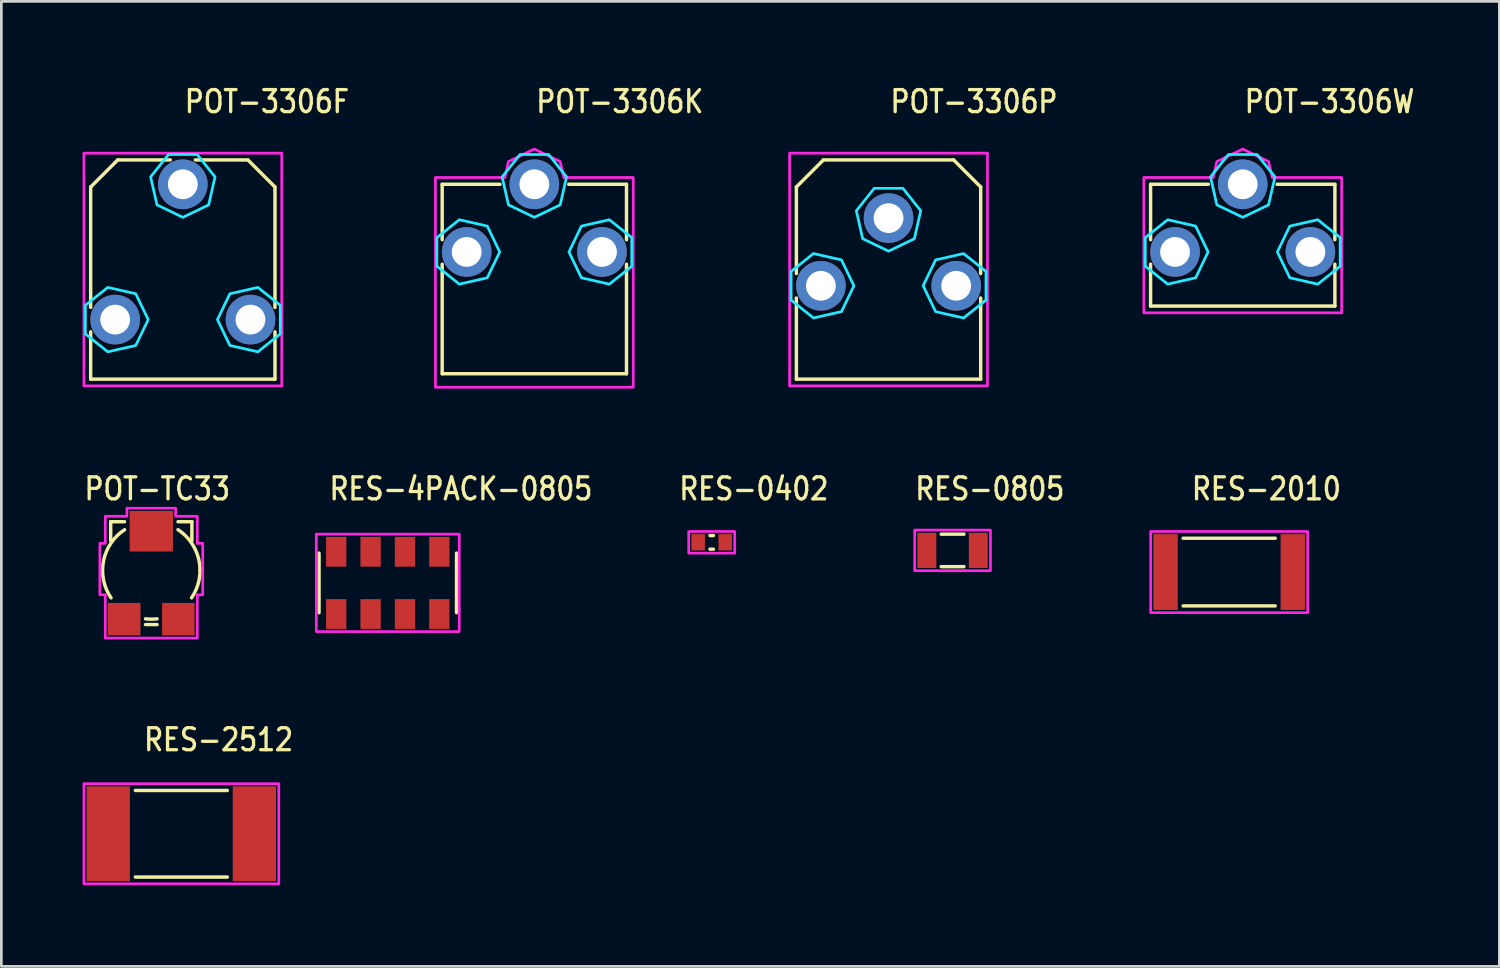
<source format=kicad_pcb>
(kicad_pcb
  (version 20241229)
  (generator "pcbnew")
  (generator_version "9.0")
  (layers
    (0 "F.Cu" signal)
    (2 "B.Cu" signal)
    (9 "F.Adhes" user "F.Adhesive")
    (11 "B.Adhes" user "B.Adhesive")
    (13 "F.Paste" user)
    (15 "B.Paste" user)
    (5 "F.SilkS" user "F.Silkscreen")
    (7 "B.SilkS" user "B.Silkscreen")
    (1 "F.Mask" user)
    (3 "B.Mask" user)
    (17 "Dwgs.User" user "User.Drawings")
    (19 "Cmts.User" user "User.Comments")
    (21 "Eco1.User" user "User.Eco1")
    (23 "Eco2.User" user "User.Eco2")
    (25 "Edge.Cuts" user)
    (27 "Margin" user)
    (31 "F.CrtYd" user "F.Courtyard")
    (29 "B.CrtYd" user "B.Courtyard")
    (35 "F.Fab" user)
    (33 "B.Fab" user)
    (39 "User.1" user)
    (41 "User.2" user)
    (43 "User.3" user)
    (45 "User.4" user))
  (footprint "RES-2512"
    (layer "F.Cu")
    (at 3.65 27.756)
    (property "Reference" "RES-2512" (at -1.45 -3 0) (unlocked yes) (layer "F.SilkS") (effects (font (size 0.813 0.695) (thickness 0.122)) (justify left bottom)))
    (fp_line (start -1.7 -1.6) (end 1.7 -1.6) (stroke (width 0.127) (type solid)) (layer "F.SilkS"))
    (fp_line (start -1.7 1.6) (end 1.7 1.6) (stroke (width 0.127) (type solid)) (layer "F.SilkS"))
    (fp_poly (pts (xy -3.6 -1.85) (xy 3.6 -1.85) (xy 3.6 1.85) (xy -3.6 1.85)) (stroke (width 0.1) (type solid)) (fill no) (layer "F.CrtYd"))
    (pad "P$1" smd rect (at -2.7 0) (size 1.6 3.5) (layers "F.Cu" "F.Mask" "F.Paste"))
    (pad "P$2" smd rect (at 2.7 0) (size 1.6 3.5) (layers "F.Cu" "F.Mask" "F.Paste")))
  (footprint "RES-4PACK-0805"
    (layer "F.Cu")
    (at 11.278 18.487)
    (property "Reference" "RES-4PACK-0805" (at -2.225 -3 0) (unlocked yes) (layer "F.SilkS") (effects (font (size 0.813 0.695) (thickness 0.122)) (justify left bottom)))
    (fp_line (start -2.54 -1.1) (end -2.54 1.1) (stroke (width 0.127) (type solid)) (layer "F.SilkS"))
    (fp_line (start 2.54 -1.1) (end 2.54 1.1) (stroke (width 0.127) (type solid)) (layer "F.SilkS"))
    (fp_poly (pts (xy 2.64 -1.8) (xy 2.64 1.8) (xy -2.64 1.8) (xy -2.64 -1.8)) (stroke (width 0.1) (type solid)) (fill no) (layer "F.CrtYd"))
    (pad "P$1" smd rect (at -1.905 -1.15) (size 0.75 1.1) (layers "F.Cu" "F.Mask" "F.Paste"))
    (pad "P$2" smd rect (at -1.905 1.15) (size 0.75 1.1) (layers "F.Cu" "F.Mask" "F.Paste"))
    (pad "P$3" smd rect (at -0.635 -1.15) (size 0.75 1.1) (layers "F.Cu" "F.Mask" "F.Paste"))
    (pad "P$4" smd rect (at -0.635 1.15) (size 0.75 1.1) (layers "F.Cu" "F.Mask" "F.Paste"))
    (pad "P$5" smd rect (at 0.635 -1.15) (size 0.75 1.1) (layers "F.Cu" "F.Mask" "F.Paste"))
    (pad "P$6" smd rect (at 0.635 1.15) (size 0.75 1.1) (layers "F.Cu" "F.Mask" "F.Paste"))
    (pad "P$7" smd rect (at 1.905 -1.15) (size 0.75 1.1) (layers "F.Cu" "F.Mask" "F.Paste"))
    (pad "P$8" smd rect (at 1.905 1.15) (size 0.75 1.1) (layers "F.Cu" "F.Mask" "F.Paste")))
  (footprint "RES-0402"
    (layer "F.Cu")
    (at 23.246 16.987)
    (property "Reference" "RES-0402" (at -1.27 -1.5 0) (unlocked yes) (layer "F.SilkS") (effects (font (size 0.813 0.695) (thickness 0.122)) (justify left bottom)))
    (fp_line (start -0.064 -0.25) (end 0.064 -0.25) (stroke (width 0.127) (type solid)) (layer "F.SilkS"))
    (fp_line (start -0.064 0.254) (end 0.064 0.254) (stroke (width 0.127) (type solid)) (layer "F.SilkS"))
    (fp_poly (pts (xy -0.85 0.4) (xy 0.85 0.4) (xy 0.85 -0.4) (xy -0.85 -0.4)) (stroke (width 0.1) (type solid)) (fill no) (layer "F.CrtYd"))
    (pad "P$1" smd rect (at -0.5 0) (size 0.5 0.6) (layers "F.Cu" "F.Mask" "F.Paste"))
    (pad "P$2" smd rect (at 0.5 0) (size 0.5 0.6) (layers "F.Cu" "F.Mask" "F.Paste")))
  (footprint "RES-0805"
    (layer "F.Cu")
    (at 32.146 17.287)
    (property "Reference" "RES-0805" (at -1.45 -1.8 0) (unlocked yes) (layer "F.SilkS") (effects (font (size 0.813 0.695) (thickness 0.122)) (justify left bottom)))
    (fp_line (start -0.42 -0.6) (end 0.42 -0.6) (stroke (width 0.127) (type solid)) (layer "F.SilkS"))
    (fp_line (start -0.42 0.6) (end 0.42 0.6) (stroke (width 0.127) (type solid)) (layer "F.SilkS"))
    (fp_poly (pts (xy -1.4 -0.75) (xy 1.4 -0.75) (xy 1.4 0.75) (xy -1.4 0.75)) (stroke (width 0.1) (type solid)) (fill no) (layer "F.CrtYd"))
    (pad "P$1" smd rect (at -0.95 0) (size 0.7 1.3) (layers "F.Cu" "F.Mask" "F.Paste"))
    (pad "P$2" smd rect (at 0.95 0) (size 0.7 1.3) (layers "F.Cu" "F.Mask" "F.Paste")))
  (footprint "POT-3306P"
    (layer "F.Cu")
    (at 29.78 6.259)
    (property "Reference" "POT-3306P" (at 0 -5.08 0) (unlocked yes) (layer "F.SilkS") (effects (font (size 0.813 0.695) (thickness 0.122)) (justify left bottom)))
    (fp_line (start -3.405 -2.4) (end -2.405 -3.4) (stroke (width 0.127) (type solid)) (layer "F.SilkS"))
    (fp_line (start -3.405 0.798) (end -3.405 -2.4) (stroke (width 0.127) (type solid)) (layer "F.SilkS"))
    (fp_line (start -3.405 4.7) (end -3.405 1.702) (stroke (width 0.127) (type solid)) (layer "F.SilkS"))
    (fp_line (start -2.405 -3.4) (end 2.405 -3.4) (stroke (width 0.127) (type solid)) (layer "F.SilkS"))
    (fp_line (start 2.405 -3.4) (end 3.405 -2.4) (stroke (width 0.127) (type solid)) (layer "F.SilkS"))
    (fp_line (start 3.405 -2.4) (end 3.405 0.798) (stroke (width 0.127) (type solid)) (layer "F.SilkS"))
    (fp_line (start 3.405 1.702) (end 3.405 4.7) (stroke (width 0.127) (type solid)) (layer "F.SilkS"))
    (fp_line (start 3.405 4.7) (end -3.405 4.7) (stroke (width 0.127) (type solid)) (layer "F.SilkS"))
    (fp_circle (center 0 0) (end 3.4 0) (stroke (width 0.001) (type solid)) (fill no) (layer "Dwgs.User"))
    (fp_poly (pts (xy -1.279 1.25) (xy -1.739 0.295) (xy -2.772 0.06) (xy -3.6 0.72) (xy -3.6 1.78) (xy -2.772 2.44) (xy -1.739 2.205)) (stroke (width 0.1) (type solid)) (fill no) (layer "B.CrtYd"))
    (fp_poly (pts (xy 0 -0.029) (xy 0.955 -0.489) (xy 1.19 -1.522) (xy 0.53 -2.35) (xy -0.53 -2.35) (xy -1.19 -1.522) (xy -0.955 -0.489)) (stroke (width 0.1) (type solid)) (fill no) (layer "B.CrtYd"))
    (fp_poly (pts (xy 1.279 1.25) (xy 1.739 2.205) (xy 2.772 2.44) (xy 3.6 1.78) (xy 3.6 0.72) (xy 2.772 0.06) (xy 1.739 0.295)) (stroke (width 0.1) (type solid)) (fill no) (layer "B.CrtYd"))
    (fp_poly (pts (xy -3.655 -3.65) (xy 3.655 -3.65) (xy 3.655 4.95) (xy -3.655 4.95)) (stroke (width 0.1) (type solid)) (fill no) (layer "F.CrtYd"))
    (pad "P$1" thru_hole oval (at 2.5 1.25) (size 1.833 1.833) (drill 1.1) (layers "*.Cu" "*.Mask"))
    (pad "P$2" thru_hole oval (at 0 -1.25) (size 1.833 1.833) (drill 1.1) (layers "*.Cu" "*.Mask"))
    (pad "P$3" thru_hole oval (at -2.5 1.25) (size 1.833 1.833) (drill 1.1) (layers "*.Cu" "*.Mask")))
  (footprint "POT-3306W"
    (layer "F.Cu")
    (at 42.867 6.259)
    (property "Reference" "POT-3306W" (at 0 -5.08 0) (unlocked yes) (layer "F.SilkS") (effects (font (size 0.813 0.695) (thickness 0.122)) (justify left bottom)))
    (fp_line (start -3.405 -2.5) (end -1.27 -2.5) (stroke (width 0.127) (type solid)) (layer "F.SilkS"))
    (fp_line (start -3.405 -0.452) (end -3.405 -2.5) (stroke (width 0.127) (type solid)) (layer "F.SilkS"))
    (fp_line (start -3.405 2) (end -3.405 0.452) (stroke (width 0.127) (type solid)) (layer "F.SilkS"))
    (fp_line (start 1.27 -2.5) (end 3.405 -2.5) (stroke (width 0.127) (type solid)) (layer "F.SilkS"))
    (fp_line (start 3.405 -2.5) (end 3.405 -0.452) (stroke (width 0.127) (type solid)) (layer "F.SilkS"))
    (fp_line (start 3.405 0.452) (end 3.405 2) (stroke (width 0.127) (type solid)) (layer "F.SilkS"))
    (fp_line (start 3.405 2) (end -3.405 2) (stroke (width 0.127) (type solid)) (layer "F.SilkS"))
    (fp_poly (pts (xy -1.279 0) (xy -1.739 -0.955) (xy -2.772 -1.19) (xy -3.6 -0.53) (xy -3.6 0.53) (xy -2.772 1.19) (xy -1.739 0.955)) (stroke (width 0.1) (type solid)) (fill no) (layer "B.CrtYd"))
    (fp_poly (pts (xy 0 -1.279) (xy 0.955 -1.739) (xy 1.19 -2.772) (xy 0.53 -3.6) (xy -0.53 -3.6) (xy -1.19 -2.772) (xy -0.955 -1.739)) (stroke (width 0.1) (type solid)) (fill no) (layer "B.CrtYd"))
    (fp_poly (pts (xy 1.279 0) (xy 1.739 0.955) (xy 2.772 1.19) (xy 3.6 0.53) (xy 3.6 -0.53) (xy 2.772 -1.19) (xy 1.739 -0.955)) (stroke (width 0.1) (type solid)) (fill no) (layer "B.CrtYd"))
    (fp_poly (pts (xy -3.655 -2.75) (xy -1.089 -2.75) (xy -0.955 -3.341) (xy 0 -3.801) (xy 0.955 -3.341) (xy 1.089 -2.75) (xy 3.655 -2.75) (xy 3.655 2.25) (xy -3.655 2.25)) (stroke (width 0.1) (type solid)) (fill no) (layer "F.CrtYd"))
    (pad "P$1" thru_hole oval (at 2.5 0) (size 1.833 1.833) (drill 1.1) (layers "*.Cu" "*.Mask"))
    (pad "P$2" thru_hole oval (at 0 -2.5) (size 1.833 1.833) (drill 1.1) (layers "*.Cu" "*.Mask"))
    (pad "P$3" thru_hole oval (at -2.5 0) (size 1.833 1.833) (drill 1.1) (layers "*.Cu" "*.Mask")))
  (footprint "POT-TC33"
    (layer "F.Cu")
    (at 2.54 18.027)
    (property "Reference" "POT-TC33" (at -2.54 -2.54 0) (unlocked yes) (layer "F.SilkS") (effects (font (size 0.813 0.695) (thickness 0.122)) (justify left bottom)))
    (fp_line (start -1.5 -1.8) (end -0.987 -1.8) (stroke (width 0.127) (type solid)) (layer "F.SilkS"))
    (fp_line (start -1.5 -1.1) (end -1.5 -1.8) (stroke (width 0.127) (type solid)) (layer "F.SilkS"))
    (fp_line (start -0.213 2) (end 0.213 2) (stroke (width 0.127) (type solid)) (layer "F.SilkS"))
    (fp_line (start 0.987 -1.8) (end 1.5 -1.8) (stroke (width 0.127) (type solid)) (layer "F.SilkS"))
    (fp_line (start 1.5 -1.8) (end 1.5 -1.1) (stroke (width 0.127) (type solid)) (layer "F.SilkS"))
    (fp_arc (start -1.487756 1.013203) (mid -1.765381 -0.351328) (end -0.986491 -1.505603) (stroke (width 0.127) (type solid)) (layer "F.SilkS"))
    (fp_arc (start 0.213488 1.787294) (mid 0.000017 1.8) (end -0.213453 1.7873) (stroke (width 0.127) (type solid)) (layer "F.SilkS"))
    (fp_arc (start 0.986147 -1.505828) (mid 1.583519 -0.855844) (end 1.8 0) (stroke (width 0.127) (type solid)) (layer "F.SilkS"))
    (fp_arc (start 1.8 0) (mid 1.720121 0.53027) (end 1.487572 1.013475) (stroke (width 0.127) (type solid)) (layer "F.SilkS"))
    (fp_poly (pts (xy -0.9 -2.3) (xy 0.9 -2.3) (xy 0.9 -2) (xy 1.7 -2) (xy 1.7 -1) (xy 1.9 -1) (xy 1.9 0.9) (xy 1.7 0.9) (xy 1.7 2.5) (xy -1.7 2.5) (xy -1.7 0.9) (xy -1.9 0.9) (xy -1.9 -1) (xy -1.7 -1) (xy -1.7 -2) (xy -0.9 -2)) (stroke (width 0.1) (type solid)) (fill no) (layer "F.CrtYd"))
    (pad "P$1" smd rect (at -1 1.8) (size 1.2 1.2) (layers "F.Cu" "F.Mask" "F.Paste"))
    (pad "P$2" smd rect (at 0 -1.45) (size 1.6 1.5) (layers "F.Cu" "F.Mask" "F.Paste"))
    (pad "P$3" smd rect (at 1 1.8) (size 1.2 1.2) (layers "F.Cu" "F.Mask" "F.Paste")))
  (footprint "POT-3306K"
    (layer "F.Cu")
    (at 16.693 6.259)
    (property "Reference" "POT-3306K" (at 0 -5.08 0) (unlocked yes) (layer "F.SilkS") (effects (font (size 0.813 0.695) (thickness 0.122)) (justify left bottom)))
    (fp_line (start -3.405 -2.5) (end -1.27 -2.5) (stroke (width 0.127) (type solid)) (layer "F.SilkS"))
    (fp_line (start -3.405 -0.452) (end -3.405 -2.5) (stroke (width 0.127) (type solid)) (layer "F.SilkS"))
    (fp_line (start -3.405 4.5) (end -3.405 0.452) (stroke (width 0.127) (type solid)) (layer "F.SilkS"))
    (fp_line (start 1.27 -2.5) (end 3.405 -2.5) (stroke (width 0.127) (type solid)) (layer "F.SilkS"))
    (fp_line (start 3.405 -2.5) (end 3.405 -0.452) (stroke (width 0.127) (type solid)) (layer "F.SilkS"))
    (fp_line (start 3.405 0.452) (end 3.405 4.5) (stroke (width 0.127) (type solid)) (layer "F.SilkS"))
    (fp_line (start 3.405 4.5) (end -3.405 4.5) (stroke (width 0.127) (type solid)) (layer "F.SilkS"))
    (fp_poly (pts (xy -1.279 0) (xy -1.739 -0.955) (xy -2.772 -1.19) (xy -3.6 -0.53) (xy -3.6 0.53) (xy -2.772 1.19) (xy -1.739 0.955)) (stroke (width 0.1) (type solid)) (fill no) (layer "B.CrtYd"))
    (fp_poly (pts (xy 0 -1.279) (xy 0.955 -1.739) (xy 1.19 -2.772) (xy 0.53 -3.6) (xy -0.53 -3.6) (xy -1.19 -2.772) (xy -0.955 -1.739)) (stroke (width 0.1) (type solid)) (fill no) (layer "B.CrtYd"))
    (fp_poly (pts (xy 1.279 0) (xy 1.739 0.955) (xy 2.772 1.19) (xy 3.6 0.53) (xy 3.6 -0.53) (xy 2.772 -1.19) (xy 1.739 -0.955)) (stroke (width 0.1) (type solid)) (fill no) (layer "B.CrtYd"))
    (fp_poly (pts (xy -3.655 -2.75) (xy -1.089 -2.75) (xy -0.955 -3.341) (xy 0 -3.801) (xy 0.955 -3.341) (xy 1.089 -2.75) (xy 3.655 -2.75) (xy 3.655 5) (xy -3.655 5)) (stroke (width 0.1) (type solid)) (fill no) (layer "F.CrtYd"))
    (pad "P$1" thru_hole oval (at 2.5 0) (size 1.833 1.833) (drill 1.1) (layers "*.Cu" "*.Mask"))
    (pad "P$2" thru_hole oval (at 0 -2.5) (size 1.833 1.833) (drill 1.1) (layers "*.Cu" "*.Mask"))
    (pad "P$3" thru_hole oval (at -2.5 0) (size 1.833 1.833) (drill 1.1) (layers "*.Cu" "*.Mask")))
  (footprint "POT-3306F"
    (layer "F.Cu")
    (at 3.705 6.259)
    (property "Reference" "POT-3306F" (at 0 -5.08 0) (unlocked yes) (layer "F.SilkS") (effects (font (size 0.813 0.695) (thickness 0.122)) (justify left bottom)))
    (fp_line (start -3.405 -2.4) (end -2.405 -3.4) (stroke (width 0.127) (type solid)) (layer "F.SilkS"))
    (fp_line (start -3.405 2.048) (end -3.405 -2.4) (stroke (width 0.127) (type solid)) (layer "F.SilkS"))
    (fp_line (start -3.405 4.7) (end -3.405 2.952) (stroke (width 0.127) (type solid)) (layer "F.SilkS"))
    (fp_line (start -2.405 -3.4) (end -0.462 -3.4) (stroke (width 0.127) (type solid)) (layer "F.SilkS"))
    (fp_line (start 0.462 -3.4) (end 2.405 -3.4) (stroke (width 0.127) (type solid)) (layer "F.SilkS"))
    (fp_line (start 2.405 -3.4) (end 3.405 -2.4) (stroke (width 0.127) (type solid)) (layer "F.SilkS"))
    (fp_line (start 3.405 -2.4) (end 3.405 2.048) (stroke (width 0.127) (type solid)) (layer "F.SilkS"))
    (fp_line (start 3.405 2.952) (end 3.405 4.7) (stroke (width 0.127) (type solid)) (layer "F.SilkS"))
    (fp_line (start 3.405 4.7) (end -3.405 4.7) (stroke (width 0.127) (type solid)) (layer "F.SilkS"))
    (fp_circle (center 0 0) (end 3.4 0) (stroke (width 0.001) (type solid)) (fill no) (layer "Dwgs.User"))
    (fp_poly (pts (xy -1.279 2.5) (xy -1.739 1.545) (xy -2.772 1.31) (xy -3.6 1.97) (xy -3.6 3.03) (xy -2.772 3.69) (xy -1.739 3.455)) (stroke (width 0.1) (type solid)) (fill no) (layer "B.CrtYd"))
    (fp_poly (pts (xy 0 -1.279) (xy 0.955 -1.739) (xy 1.19 -2.772) (xy 0.53 -3.6) (xy -0.53 -3.6) (xy -1.19 -2.772) (xy -0.955 -1.739)) (stroke (width 0.1) (type solid)) (fill no) (layer "B.CrtYd"))
    (fp_poly (pts (xy 1.279 2.5) (xy 1.739 3.455) (xy 2.772 3.69) (xy 3.6 3.03) (xy 3.6 1.97) (xy 2.772 1.31) (xy 1.739 1.545)) (stroke (width 0.1) (type solid)) (fill no) (layer "B.CrtYd"))
    (fp_poly (pts (xy -3.655 -3.65) (xy 3.655 -3.65) (xy 3.655 4.95) (xy -3.655 4.95)) (stroke (width 0.1) (type solid)) (fill no) (layer "F.CrtYd"))
    (pad "P$1" thru_hole oval (at 2.5 2.5) (size 1.833 1.833) (drill 1.1) (layers "*.Cu" "*.Mask"))
    (pad "P$2" thru_hole oval (at 0 -2.5) (size 1.833 1.833) (drill 1.1) (layers "*.Cu" "*.Mask"))
    (pad "P$3" thru_hole oval (at -2.5 2.5) (size 1.833 1.833) (drill 1.1) (layers "*.Cu" "*.Mask")))
  (footprint "RES-2010"
    (layer "F.Cu")
    (at 42.366 18.087)
    (property "Reference" "RES-2010" (at -1.45 -2.6 0) (unlocked yes) (layer "F.SilkS") (effects (font (size 0.813 0.695) (thickness 0.122)) (justify left bottom)))
    (fp_line (start -1.7 -1.25) (end 1.7 -1.25) (stroke (width 0.127) (type solid)) (layer "F.SilkS"))
    (fp_line (start -1.7 1.25) (end 1.7 1.25) (stroke (width 0.127) (type solid)) (layer "F.SilkS"))
    (fp_poly (pts (xy -2.9 -1.5) (xy 2.9 -1.5) (xy 2.9 1.5) (xy -2.9 1.5)) (stroke (width 0.1) (type solid)) (fill no) (layer "F.CrtYd"))
    (pad "P$1" smd rect (at -2.35 0) (size 0.9 2.8) (layers "F.Cu" "F.Mask" "F.Paste"))
    (pad "P$2" smd rect (at 2.35 0) (size 0.9 2.8) (layers "F.Cu" "F.Mask" "F.Paste")))
  (gr_rect
    (start -3 -3)
    (end 52.348 32.656)
    (stroke (width 0.1) (type default))
    (fill no)
    (layer "Edge.Cuts")))
</source>
